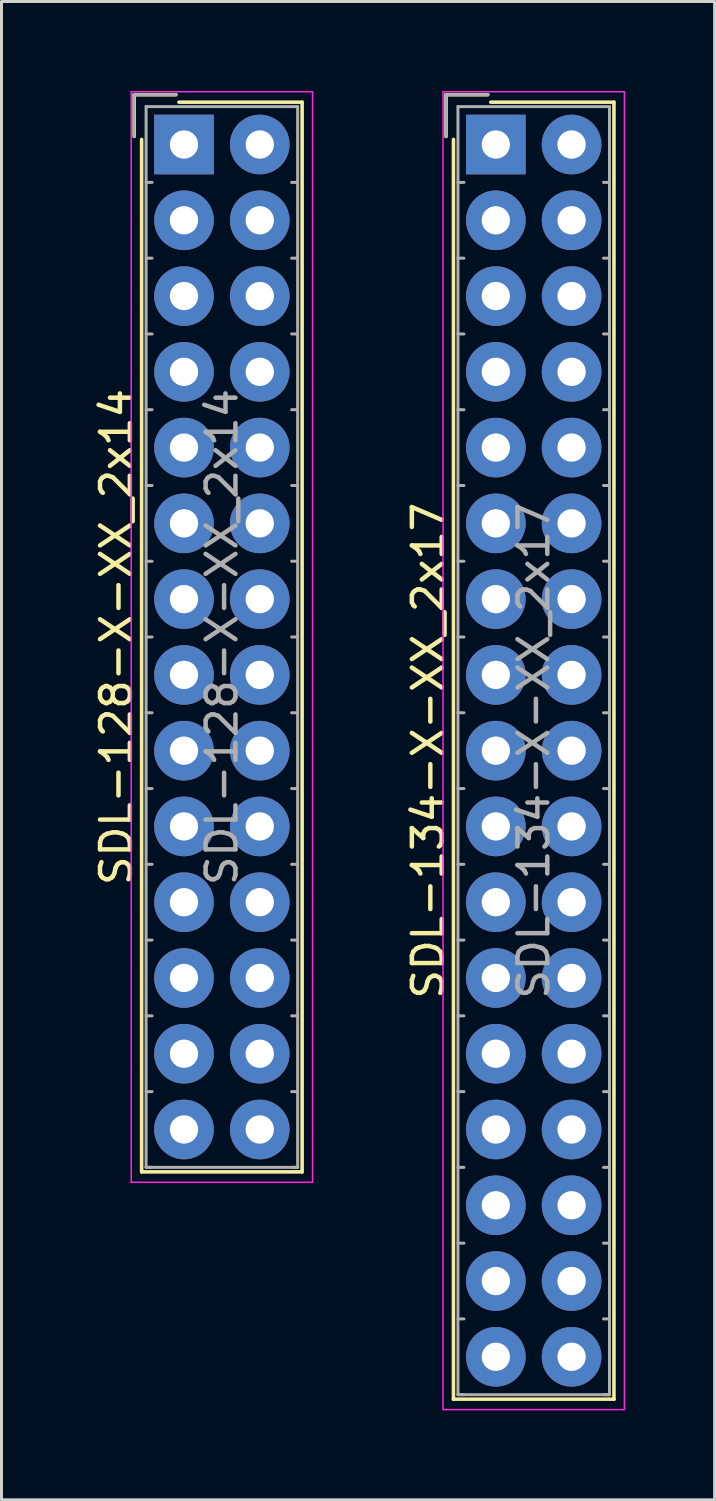
<source format=kicad_pcb>
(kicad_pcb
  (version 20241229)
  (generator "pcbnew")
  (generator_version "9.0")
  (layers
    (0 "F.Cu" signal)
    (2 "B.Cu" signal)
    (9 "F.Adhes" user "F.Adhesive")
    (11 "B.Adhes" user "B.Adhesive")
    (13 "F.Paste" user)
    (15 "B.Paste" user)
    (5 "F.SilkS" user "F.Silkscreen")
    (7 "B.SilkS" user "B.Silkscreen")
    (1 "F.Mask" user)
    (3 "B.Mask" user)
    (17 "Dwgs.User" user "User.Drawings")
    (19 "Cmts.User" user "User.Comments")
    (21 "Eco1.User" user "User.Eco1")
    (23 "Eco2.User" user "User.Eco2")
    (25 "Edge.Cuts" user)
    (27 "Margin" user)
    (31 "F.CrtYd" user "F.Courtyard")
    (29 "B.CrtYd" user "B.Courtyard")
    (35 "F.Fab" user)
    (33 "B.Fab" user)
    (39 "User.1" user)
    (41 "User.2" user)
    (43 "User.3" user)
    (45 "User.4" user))
  (footprint "SDL-134-X-XX_2x17"
    (layer "F.Cu")
    (at 13.572 1.795)
    (property "Reference" "SDL-134-X-XX_2x17" (at -2.27 20.32 90) (layer "F.SilkS") (effects (font (size 1 1) (thickness 0.15))))
    (attr through_hole)
    (fp_line (start -1.67 -1.67) (end -1.67 -0.27) (stroke (width 0.12) (type solid)) (layer "F.SilkS"))
    (fp_line (start -1.42 42.06) (end -1.42 -0.17) (stroke (width 0.12) (type solid)) (layer "F.SilkS"))
    (fp_line (start -0.27 -1.67) (end -1.67 -1.67) (stroke (width 0.12) (type solid)) (layer "F.SilkS"))
    (fp_line (start -0.17 -1.42) (end 3.96 -1.42) (stroke (width 0.12) (type solid)) (layer "F.SilkS"))
    (fp_line (start 3.96 -1.42) (end 3.96 42.06) (stroke (width 0.12) (type solid)) (layer "F.SilkS"))
    (fp_line (start 3.96 42.06) (end -1.42 42.06) (stroke (width 0.12) (type solid)) (layer "F.SilkS"))
    (fp_line (start -1.77 -1.77) (end -1.77 42.41) (stroke (width 0.05) (type solid)) (layer "F.CrtYd"))
    (fp_line (start -1.77 42.41) (end 4.31 42.41) (stroke (width 0.05) (type solid)) (layer "F.CrtYd"))
    (fp_line (start 4.31 -1.77) (end -1.77 -1.77) (stroke (width 0.05) (type solid)) (layer "F.CrtYd"))
    (fp_line (start 4.31 42.41) (end 4.31 -1.77) (stroke (width 0.05) (type solid)) (layer "F.CrtYd"))
    (fp_line (start -1.67 -1.67) (end -1.67 -0.27) (stroke (width 0.1) (type solid)) (layer "F.Fab"))
    (fp_line (start -1.27 -1.27) (end -1.27 41.91) (stroke (width 0.1) (type solid)) (layer "F.Fab"))
    (fp_line (start -1.27 1.27) (end -1.07 1.27) (stroke (width 0.1) (type solid)) (layer "F.Fab"))
    (fp_line (start -1.27 3.81) (end -1.07 3.81) (stroke (width 0.1) (type solid)) (layer "F.Fab"))
    (fp_line (start -1.27 6.35) (end -1.07 6.35) (stroke (width 0.1) (type solid)) (layer "F.Fab"))
    (fp_line (start -1.27 8.89) (end -1.07 8.89) (stroke (width 0.1) (type solid)) (layer "F.Fab"))
    (fp_line (start -1.27 11.43) (end -1.07 11.43) (stroke (width 0.1) (type solid)) (layer "F.Fab"))
    (fp_line (start -1.27 13.97) (end -1.07 13.97) (stroke (width 0.1) (type solid)) (layer "F.Fab"))
    (fp_line (start -1.27 16.51) (end -1.07 16.51) (stroke (width 0.1) (type solid)) (layer "F.Fab"))
    (fp_line (start -1.27 19.05) (end -1.07 19.05) (stroke (width 0.1) (type solid)) (layer "F.Fab"))
    (fp_line (start -1.27 21.59) (end -1.07 21.59) (stroke (width 0.1) (type solid)) (layer "F.Fab"))
    (fp_line (start -1.27 24.13) (end -1.07 24.13) (stroke (width 0.1) (type solid)) (layer "F.Fab"))
    (fp_line (start -1.27 26.67) (end -1.07 26.67) (stroke (width 0.1) (type solid)) (layer "F.Fab"))
    (fp_line (start -1.27 29.21) (end -1.07 29.21) (stroke (width 0.1) (type solid)) (layer "F.Fab"))
    (fp_line (start -1.27 31.75) (end -1.07 31.75) (stroke (width 0.1) (type solid)) (layer "F.Fab"))
    (fp_line (start -1.27 34.29) (end -1.07 34.29) (stroke (width 0.1) (type solid)) (layer "F.Fab"))
    (fp_line (start -1.27 36.83) (end -1.07 36.83) (stroke (width 0.1) (type solid)) (layer "F.Fab"))
    (fp_line (start -1.27 39.37) (end -1.07 39.37) (stroke (width 0.1) (type solid)) (layer "F.Fab"))
    (fp_line (start -1.27 41.91) (end -1.07 41.91) (stroke (width 0.1) (type solid)) (layer "F.Fab"))
    (fp_line (start -1.27 41.91) (end 3.81 41.91) (stroke (width 0.1) (type solid)) (layer "F.Fab"))
    (fp_line (start -0.27 -1.67) (end -1.67 -1.67) (stroke (width 0.1) (type solid)) (layer "F.Fab"))
    (fp_line (start 3.81 -1.27) (end -1.27 -1.27) (stroke (width 0.1) (type solid)) (layer "F.Fab"))
    (fp_line (start 3.81 1.27) (end 3.61 1.27) (stroke (width 0.1) (type solid)) (layer "F.Fab"))
    (fp_line (start 3.81 3.81) (end 3.61 3.81) (stroke (width 0.1) (type solid)) (layer "F.Fab"))
    (fp_line (start 3.81 6.35) (end 3.61 6.35) (stroke (width 0.1) (type solid)) (layer "F.Fab"))
    (fp_line (start 3.81 8.89) (end 3.61 8.89) (stroke (width 0.1) (type solid)) (layer "F.Fab"))
    (fp_line (start 3.81 11.43) (end 3.61 11.43) (stroke (width 0.1) (type solid)) (layer "F.Fab"))
    (fp_line (start 3.81 13.97) (end 3.61 13.97) (stroke (width 0.1) (type solid)) (layer "F.Fab"))
    (fp_line (start 3.81 16.51) (end 3.61 16.51) (stroke (width 0.1) (type solid)) (layer "F.Fab"))
    (fp_line (start 3.81 19.05) (end 3.61 19.05) (stroke (width 0.1) (type solid)) (layer "F.Fab"))
    (fp_line (start 3.81 21.59) (end 3.61 21.59) (stroke (width 0.1) (type solid)) (layer "F.Fab"))
    (fp_line (start 3.81 24.13) (end 3.61 24.13) (stroke (width 0.1) (type solid)) (layer "F.Fab"))
    (fp_line (start 3.81 26.67) (end 3.61 26.67) (stroke (width 0.1) (type solid)) (layer "F.Fab"))
    (fp_line (start 3.81 29.21) (end 3.61 29.21) (stroke (width 0.1) (type solid)) (layer "F.Fab"))
    (fp_line (start 3.81 31.75) (end 3.61 31.75) (stroke (width 0.1) (type solid)) (layer "F.Fab"))
    (fp_line (start 3.81 34.29) (end 3.61 34.29) (stroke (width 0.1) (type solid)) (layer "F.Fab"))
    (fp_line (start 3.81 36.83) (end 3.61 36.83) (stroke (width 0.1) (type solid)) (layer "F.Fab"))
    (fp_line (start 3.81 39.37) (end 3.61 39.37) (stroke (width 0.1) (type solid)) (layer "F.Fab"))
    (fp_line (start 3.81 41.91) (end 3.61 41.91) (stroke (width 0.1) (type solid)) (layer "F.Fab"))
    (fp_line (start 3.81 41.91) (end 3.81 -1.27) (stroke (width 0.1) (type solid)) (layer "F.Fab"))
    (fp_text user "${REFERENCE}" (at 1.27 20.32 90) (layer "F.Fab") (effects (font (size 1 1) (thickness 0.15))))
    (pad "1" thru_hole rect (at 0 0) (size 2 2) (drill 0.95) (layers "*.Cu" "*.Mask"))
    (pad "2" thru_hole circle (at 2.54 0) (size 2 2) (drill 0.95) (layers "*.Cu" "*.Mask"))
    (pad "3" thru_hole circle (at 0 2.54) (size 2 2) (drill 0.95) (layers "*.Cu" "*.Mask"))
    (pad "4" thru_hole circle (at 2.54 2.54) (size 2 2) (drill 0.95) (layers "*.Cu" "*.Mask"))
    (pad "5" thru_hole circle (at 0 5.08) (size 2 2) (drill 0.95) (layers "*.Cu" "*.Mask"))
    (pad "6" thru_hole circle (at 2.54 5.08) (size 2 2) (drill 0.95) (layers "*.Cu" "*.Mask"))
    (pad "7" thru_hole circle (at 0 7.62) (size 2 2) (drill 0.95) (layers "*.Cu" "*.Mask"))
    (pad "8" thru_hole circle (at 2.54 7.62) (size 2 2) (drill 0.95) (layers "*.Cu" "*.Mask"))
    (pad "9" thru_hole circle (at 0 10.16) (size 2 2) (drill 0.95) (layers "*.Cu" "*.Mask"))
    (pad "10" thru_hole circle (at 2.54 10.16) (size 2 2) (drill 0.95) (layers "*.Cu" "*.Mask"))
    (pad "11" thru_hole circle (at 0 12.7) (size 2 2) (drill 0.95) (layers "*.Cu" "*.Mask"))
    (pad "12" thru_hole circle (at 2.54 12.7) (size 2 2) (drill 0.95) (layers "*.Cu" "*.Mask"))
    (pad "13" thru_hole circle (at 0 15.24) (size 2 2) (drill 0.95) (layers "*.Cu" "*.Mask"))
    (pad "14" thru_hole circle (at 2.54 15.24) (size 2 2) (drill 0.95) (layers "*.Cu" "*.Mask"))
    (pad "15" thru_hole circle (at 0 17.78) (size 2 2) (drill 0.95) (layers "*.Cu" "*.Mask"))
    (pad "16" thru_hole circle (at 2.54 17.78) (size 2 2) (drill 0.95) (layers "*.Cu" "*.Mask"))
    (pad "17" thru_hole circle (at 0 20.32) (size 2 2) (drill 0.95) (layers "*.Cu" "*.Mask"))
    (pad "18" thru_hole circle (at 2.54 20.32) (size 2 2) (drill 0.95) (layers "*.Cu" "*.Mask"))
    (pad "19" thru_hole circle (at 0 22.86) (size 2 2) (drill 0.95) (layers "*.Cu" "*.Mask"))
    (pad "20" thru_hole circle (at 2.54 22.86) (size 2 2) (drill 0.95) (layers "*.Cu" "*.Mask"))
    (pad "21" thru_hole circle (at 0 25.4) (size 2 2) (drill 0.95) (layers "*.Cu" "*.Mask"))
    (pad "22" thru_hole circle (at 2.54 25.4) (size 2 2) (drill 0.95) (layers "*.Cu" "*.Mask"))
    (pad "23" thru_hole circle (at 0 27.94) (size 2 2) (drill 0.95) (layers "*.Cu" "*.Mask"))
    (pad "24" thru_hole circle (at 2.54 27.94) (size 2 2) (drill 0.95) (layers "*.Cu" "*.Mask"))
    (pad "25" thru_hole circle (at 0 30.48) (size 2 2) (drill 0.95) (layers "*.Cu" "*.Mask"))
    (pad "26" thru_hole circle (at 2.54 30.48) (size 2 2) (drill 0.95) (layers "*.Cu" "*.Mask"))
    (pad "27" thru_hole circle (at 0 33.02) (size 2 2) (drill 0.95) (layers "*.Cu" "*.Mask"))
    (pad "28" thru_hole circle (at 2.54 33.02) (size 2 2) (drill 0.95) (layers "*.Cu" "*.Mask"))
    (pad "29" thru_hole circle (at 0 35.56) (size 2 2) (drill 0.95) (layers "*.Cu" "*.Mask"))
    (pad "30" thru_hole circle (at 2.54 35.56) (size 2 2) (drill 0.95) (layers "*.Cu" "*.Mask"))
    (pad "31" thru_hole circle (at 0 38.1) (size 2 2) (drill 0.95) (layers "*.Cu" "*.Mask"))
    (pad "32" thru_hole circle (at 2.54 38.1) (size 2 2) (drill 0.95) (layers "*.Cu" "*.Mask"))
    (pad "33" thru_hole circle (at 0 40.64) (size 2 2) (drill 0.95) (layers "*.Cu" "*.Mask"))
    (pad "34" thru_hole circle (at 2.54 40.64) (size 2 2) (drill 0.95) (layers "*.Cu" "*.Mask")))
  (footprint "SDL-128-X-XX_2x14"
    (layer "F.Cu")
    (at 3.118 1.795)
    (property "Reference" "SDL-128-X-XX_2x14" (at -2.27 16.51 90) (layer "F.SilkS") (effects (font (size 1 1) (thickness 0.15))))
    (attr through_hole)
    (fp_line (start -1.67 -1.67) (end -1.67 -0.27) (stroke (width 0.12) (type solid)) (layer "F.SilkS"))
    (fp_line (start -1.42 34.44) (end -1.42 -0.17) (stroke (width 0.12) (type solid)) (layer "F.SilkS"))
    (fp_line (start -0.27 -1.67) (end -1.67 -1.67) (stroke (width 0.12) (type solid)) (layer "F.SilkS"))
    (fp_line (start -0.17 -1.42) (end 3.96 -1.42) (stroke (width 0.12) (type solid)) (layer "F.SilkS"))
    (fp_line (start 3.96 -1.42) (end 3.96 34.44) (stroke (width 0.12) (type solid)) (layer "F.SilkS"))
    (fp_line (start 3.96 34.44) (end -1.42 34.44) (stroke (width 0.12) (type solid)) (layer "F.SilkS"))
    (fp_line (start -1.77 -1.77) (end -1.77 34.79) (stroke (width 0.05) (type solid)) (layer "F.CrtYd"))
    (fp_line (start -1.77 34.79) (end 4.31 34.79) (stroke (width 0.05) (type solid)) (layer "F.CrtYd"))
    (fp_line (start 4.31 -1.77) (end -1.77 -1.77) (stroke (width 0.05) (type solid)) (layer "F.CrtYd"))
    (fp_line (start 4.31 34.79) (end 4.31 -1.77) (stroke (width 0.05) (type solid)) (layer "F.CrtYd"))
    (fp_line (start -1.67 -1.67) (end -1.67 -0.27) (stroke (width 0.1) (type solid)) (layer "F.Fab"))
    (fp_line (start -1.27 -1.27) (end -1.27 34.29) (stroke (width 0.1) (type solid)) (layer "F.Fab"))
    (fp_line (start -1.27 1.27) (end -1.07 1.27) (stroke (width 0.1) (type solid)) (layer "F.Fab"))
    (fp_line (start -1.27 3.81) (end -1.07 3.81) (stroke (width 0.1) (type solid)) (layer "F.Fab"))
    (fp_line (start -1.27 6.35) (end -1.07 6.35) (stroke (width 0.1) (type solid)) (layer "F.Fab"))
    (fp_line (start -1.27 8.89) (end -1.07 8.89) (stroke (width 0.1) (type solid)) (layer "F.Fab"))
    (fp_line (start -1.27 11.43) (end -1.07 11.43) (stroke (width 0.1) (type solid)) (layer "F.Fab"))
    (fp_line (start -1.27 13.97) (end -1.07 13.97) (stroke (width 0.1) (type solid)) (layer "F.Fab"))
    (fp_line (start -1.27 16.51) (end -1.07 16.51) (stroke (width 0.1) (type solid)) (layer "F.Fab"))
    (fp_line (start -1.27 19.05) (end -1.07 19.05) (stroke (width 0.1) (type solid)) (layer "F.Fab"))
    (fp_line (start -1.27 21.59) (end -1.07 21.59) (stroke (width 0.1) (type solid)) (layer "F.Fab"))
    (fp_line (start -1.27 24.13) (end -1.07 24.13) (stroke (width 0.1) (type solid)) (layer "F.Fab"))
    (fp_line (start -1.27 26.67) (end -1.07 26.67) (stroke (width 0.1) (type solid)) (layer "F.Fab"))
    (fp_line (start -1.27 29.21) (end -1.07 29.21) (stroke (width 0.1) (type solid)) (layer "F.Fab"))
    (fp_line (start -1.27 31.75) (end -1.07 31.75) (stroke (width 0.1) (type solid)) (layer "F.Fab"))
    (fp_line (start -1.27 34.29) (end -1.07 34.29) (stroke (width 0.1) (type solid)) (layer "F.Fab"))
    (fp_line (start -1.27 34.29) (end 3.81 34.29) (stroke (width 0.1) (type solid)) (layer "F.Fab"))
    (fp_line (start -0.27 -1.67) (end -1.67 -1.67) (stroke (width 0.1) (type solid)) (layer "F.Fab"))
    (fp_line (start 3.81 -1.27) (end -1.27 -1.27) (stroke (width 0.1) (type solid)) (layer "F.Fab"))
    (fp_line (start 3.81 1.27) (end 3.61 1.27) (stroke (width 0.1) (type solid)) (layer "F.Fab"))
    (fp_line (start 3.81 3.81) (end 3.61 3.81) (stroke (width 0.1) (type solid)) (layer "F.Fab"))
    (fp_line (start 3.81 6.35) (end 3.61 6.35) (stroke (width 0.1) (type solid)) (layer "F.Fab"))
    (fp_line (start 3.81 8.89) (end 3.61 8.89) (stroke (width 0.1) (type solid)) (layer "F.Fab"))
    (fp_line (start 3.81 11.43) (end 3.61 11.43) (stroke (width 0.1) (type solid)) (layer "F.Fab"))
    (fp_line (start 3.81 13.97) (end 3.61 13.97) (stroke (width 0.1) (type solid)) (layer "F.Fab"))
    (fp_line (start 3.81 16.51) (end 3.61 16.51) (stroke (width 0.1) (type solid)) (layer "F.Fab"))
    (fp_line (start 3.81 19.05) (end 3.61 19.05) (stroke (width 0.1) (type solid)) (layer "F.Fab"))
    (fp_line (start 3.81 21.59) (end 3.61 21.59) (stroke (width 0.1) (type solid)) (layer "F.Fab"))
    (fp_line (start 3.81 24.13) (end 3.61 24.13) (stroke (width 0.1) (type solid)) (layer "F.Fab"))
    (fp_line (start 3.81 26.67) (end 3.61 26.67) (stroke (width 0.1) (type solid)) (layer "F.Fab"))
    (fp_line (start 3.81 29.21) (end 3.61 29.21) (stroke (width 0.1) (type solid)) (layer "F.Fab"))
    (fp_line (start 3.81 31.75) (end 3.61 31.75) (stroke (width 0.1) (type solid)) (layer "F.Fab"))
    (fp_line (start 3.81 34.29) (end 3.61 34.29) (stroke (width 0.1) (type solid)) (layer "F.Fab"))
    (fp_line (start 3.81 34.29) (end 3.81 -1.27) (stroke (width 0.1) (type solid)) (layer "F.Fab"))
    (fp_text user "${REFERENCE}" (at 1.27 16.51 90) (layer "F.Fab") (effects (font (size 1 1) (thickness 0.15))))
    (pad "1" thru_hole rect (at 0 0) (size 2 2) (drill 0.95) (layers "*.Cu" "*.Mask"))
    (pad "2" thru_hole circle (at 2.54 0) (size 2 2) (drill 0.95) (layers "*.Cu" "*.Mask"))
    (pad "3" thru_hole circle (at 0 2.54) (size 2 2) (drill 0.95) (layers "*.Cu" "*.Mask"))
    (pad "4" thru_hole circle (at 2.54 2.54) (size 2 2) (drill 0.95) (layers "*.Cu" "*.Mask"))
    (pad "5" thru_hole circle (at 0 5.08) (size 2 2) (drill 0.95) (layers "*.Cu" "*.Mask"))
    (pad "6" thru_hole circle (at 2.54 5.08) (size 2 2) (drill 0.95) (layers "*.Cu" "*.Mask"))
    (pad "7" thru_hole circle (at 0 7.62) (size 2 2) (drill 0.95) (layers "*.Cu" "*.Mask"))
    (pad "8" thru_hole circle (at 2.54 7.62) (size 2 2) (drill 0.95) (layers "*.Cu" "*.Mask"))
    (pad "9" thru_hole circle (at 0 10.16) (size 2 2) (drill 0.95) (layers "*.Cu" "*.Mask"))
    (pad "10" thru_hole circle (at 2.54 10.16) (size 2 2) (drill 0.95) (layers "*.Cu" "*.Mask"))
    (pad "11" thru_hole circle (at 0 12.7) (size 2 2) (drill 0.95) (layers "*.Cu" "*.Mask"))
    (pad "12" thru_hole circle (at 2.54 12.7) (size 2 2) (drill 0.95) (layers "*.Cu" "*.Mask"))
    (pad "13" thru_hole circle (at 0 15.24) (size 2 2) (drill 0.95) (layers "*.Cu" "*.Mask"))
    (pad "14" thru_hole circle (at 2.54 15.24) (size 2 2) (drill 0.95) (layers "*.Cu" "*.Mask"))
    (pad "15" thru_hole circle (at 0 17.78) (size 2 2) (drill 0.95) (layers "*.Cu" "*.Mask"))
    (pad "16" thru_hole circle (at 2.54 17.78) (size 2 2) (drill 0.95) (layers "*.Cu" "*.Mask"))
    (pad "17" thru_hole circle (at 0 20.32) (size 2 2) (drill 0.95) (layers "*.Cu" "*.Mask"))
    (pad "18" thru_hole circle (at 2.54 20.32) (size 2 2) (drill 0.95) (layers "*.Cu" "*.Mask"))
    (pad "19" thru_hole circle (at 0 22.86) (size 2 2) (drill 0.95) (layers "*.Cu" "*.Mask"))
    (pad "20" thru_hole circle (at 2.54 22.86) (size 2 2) (drill 0.95) (layers "*.Cu" "*.Mask"))
    (pad "21" thru_hole circle (at 0 25.4) (size 2 2) (drill 0.95) (layers "*.Cu" "*.Mask"))
    (pad "22" thru_hole circle (at 2.54 25.4) (size 2 2) (drill 0.95) (layers "*.Cu" "*.Mask"))
    (pad "23" thru_hole circle (at 0 27.94) (size 2 2) (drill 0.95) (layers "*.Cu" "*.Mask"))
    (pad "24" thru_hole circle (at 2.54 27.94) (size 2 2) (drill 0.95) (layers "*.Cu" "*.Mask"))
    (pad "25" thru_hole circle (at 0 30.48) (size 2 2) (drill 0.95) (layers "*.Cu" "*.Mask"))
    (pad "26" thru_hole circle (at 2.54 30.48) (size 2 2) (drill 0.95) (layers "*.Cu" "*.Mask"))
    (pad "27" thru_hole circle (at 0 33.02) (size 2 2) (drill 0.95) (layers "*.Cu" "*.Mask"))
    (pad "28" thru_hole circle (at 2.54 33.02) (size 2 2) (drill 0.95) (layers "*.Cu" "*.Mask")))
  (gr_rect
    (start -3 -3)
    (end 20.907 47.23)
    (stroke (width 0.1) (type default))
    (fill no)
    (layer "Edge.Cuts")))
</source>
